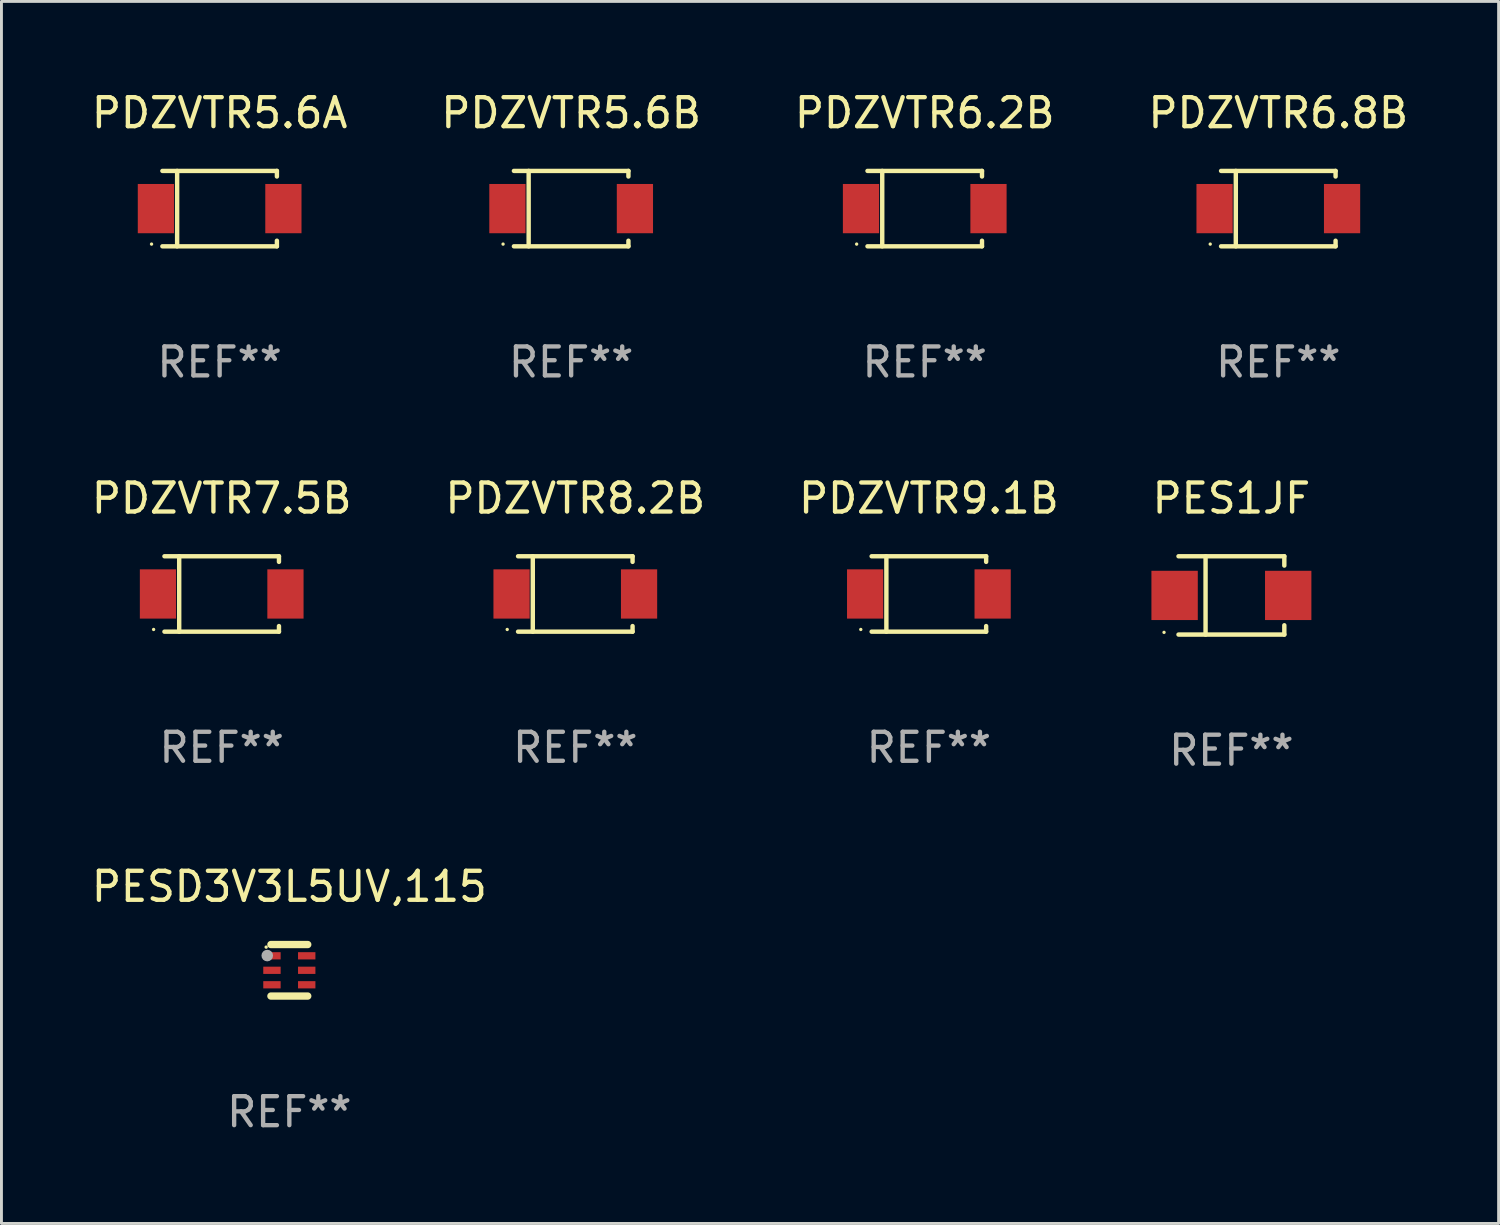
<source format=kicad_pcb>
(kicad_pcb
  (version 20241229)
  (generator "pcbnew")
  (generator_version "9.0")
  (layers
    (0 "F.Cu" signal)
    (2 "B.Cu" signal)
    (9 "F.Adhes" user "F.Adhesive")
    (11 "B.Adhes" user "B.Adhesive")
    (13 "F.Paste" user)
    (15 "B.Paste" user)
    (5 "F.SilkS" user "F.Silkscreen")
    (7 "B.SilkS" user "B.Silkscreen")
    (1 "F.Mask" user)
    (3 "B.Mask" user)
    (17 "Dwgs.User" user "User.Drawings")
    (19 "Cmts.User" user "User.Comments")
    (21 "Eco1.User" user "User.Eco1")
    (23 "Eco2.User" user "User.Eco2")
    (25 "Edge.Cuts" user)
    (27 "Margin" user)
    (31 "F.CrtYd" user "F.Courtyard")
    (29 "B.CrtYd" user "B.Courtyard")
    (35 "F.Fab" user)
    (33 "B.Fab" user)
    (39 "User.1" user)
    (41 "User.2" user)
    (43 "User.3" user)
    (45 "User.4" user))
  (footprint "PDZVTR9.1B"
    (layer "F.Cu")
    (at 29.006 17.448)
    (property "Reference" "PDZVTR9.1B" (at 0 -3.301 0) (layer "F.SilkS") (effects (font (size 1 1) (thickness 0.15))))
    (attr through_hole)
    (fp_line (start -1.976 -1.301) (end 1.976 -1.301) (stroke (width 0.152) (type solid)) (layer "F.SilkS"))
    (fp_line (start -1.976 1.301) (end 1.976 1.301) (stroke (width 0.152) (type solid)) (layer "F.SilkS"))
    (fp_line (start -1.467 -1.301) (end -1.467 1.301) (stroke (width 0.152) (type solid)) (layer "F.SilkS"))
    (fp_line (start 1.976 -1.301) (end 1.976 -1.108) (stroke (width 0.152) (type solid)) (layer "F.SilkS"))
    (fp_line (start 1.976 1.301) (end 1.976 1.108) (stroke (width 0.152) (type solid)) (layer "F.SilkS"))
    (fp_circle (center -2.35 1.225) (end -2.32 1.225) (stroke (width 0.06) (type solid)) (fill no) (layer "F.SilkS"))
    (fp_text user "REF**" (at 0 5.301 0) (layer "F.Fab") (effects (font (size 1 1) (thickness 0.15))))
    (pad "1" smd rect (at -2.2 0 180) (size 1.25 1.7) (layers "F.Cu" "F.Mask" "F.Paste"))
    (pad "2" smd rect (at 2.2 0 180) (size 1.25 1.7) (layers "F.Cu" "F.Mask" "F.Paste")))
  (footprint "PDZVTR8.2B"
    (layer "F.Cu")
    (at 16.804 17.448)
    (property "Reference" "PDZVTR8.2B" (at 0 -3.301 0) (layer "F.SilkS") (effects (font (size 1 1) (thickness 0.15))))
    (attr through_hole)
    (fp_line (start -1.976 -1.301) (end 1.976 -1.301) (stroke (width 0.152) (type solid)) (layer "F.SilkS"))
    (fp_line (start -1.976 1.301) (end 1.976 1.301) (stroke (width 0.152) (type solid)) (layer "F.SilkS"))
    (fp_line (start -1.467 -1.301) (end -1.467 1.301) (stroke (width 0.152) (type solid)) (layer "F.SilkS"))
    (fp_line (start 1.976 -1.301) (end 1.976 -1.108) (stroke (width 0.152) (type solid)) (layer "F.SilkS"))
    (fp_line (start 1.976 1.301) (end 1.976 1.108) (stroke (width 0.152) (type solid)) (layer "F.SilkS"))
    (fp_circle (center -2.35 1.225) (end -2.32 1.225) (stroke (width 0.06) (type solid)) (fill no) (layer "F.SilkS"))
    (fp_text user "REF**" (at 0 5.301 0) (layer "F.Fab") (effects (font (size 1 1) (thickness 0.15))))
    (pad "1" smd rect (at -2.2 0 180) (size 1.25 1.7) (layers "F.Cu" "F.Mask" "F.Paste"))
    (pad "2" smd rect (at 2.2 0 180) (size 1.25 1.7) (layers "F.Cu" "F.Mask" "F.Paste")))
  (footprint "PDZVTR7.5B"
    (layer "F.Cu")
    (at 4.601 17.448)
    (property "Reference" "PDZVTR7.5B" (at 0 -3.301 0) (layer "F.SilkS") (effects (font (size 1 1) (thickness 0.15))))
    (attr through_hole)
    (fp_line (start -1.976 -1.301) (end 1.976 -1.301) (stroke (width 0.152) (type solid)) (layer "F.SilkS"))
    (fp_line (start -1.976 1.301) (end 1.976 1.301) (stroke (width 0.152) (type solid)) (layer "F.SilkS"))
    (fp_line (start -1.467 -1.301) (end -1.467 1.301) (stroke (width 0.152) (type solid)) (layer "F.SilkS"))
    (fp_line (start 1.976 -1.301) (end 1.976 -1.108) (stroke (width 0.152) (type solid)) (layer "F.SilkS"))
    (fp_line (start 1.976 1.301) (end 1.976 1.108) (stroke (width 0.152) (type solid)) (layer "F.SilkS"))
    (fp_circle (center -2.35 1.225) (end -2.32 1.225) (stroke (width 0.06) (type solid)) (fill no) (layer "F.SilkS"))
    (fp_text user "REF**" (at 0 5.301 0) (layer "F.Fab") (effects (font (size 1 1) (thickness 0.15))))
    (pad "1" smd rect (at -2.2 0 180) (size 1.25 1.7) (layers "F.Cu" "F.Mask" "F.Paste"))
    (pad "2" smd rect (at 2.2 0 180) (size 1.25 1.7) (layers "F.Cu" "F.Mask" "F.Paste")))
  (footprint "PDZVTR6.2B"
    (layer "F.Cu")
    (at 28.863 4.149)
    (property "Reference" "PDZVTR6.2B" (at 0 -3.301 0) (layer "F.SilkS") (effects (font (size 1 1) (thickness 0.15))))
    (attr through_hole)
    (fp_line (start -1.976 -1.301) (end 1.976 -1.301) (stroke (width 0.152) (type solid)) (layer "F.SilkS"))
    (fp_line (start -1.976 1.301) (end 1.976 1.301) (stroke (width 0.152) (type solid)) (layer "F.SilkS"))
    (fp_line (start -1.467 -1.301) (end -1.467 1.301) (stroke (width 0.152) (type solid)) (layer "F.SilkS"))
    (fp_line (start 1.976 -1.301) (end 1.976 -1.108) (stroke (width 0.152) (type solid)) (layer "F.SilkS"))
    (fp_line (start 1.976 1.301) (end 1.976 1.108) (stroke (width 0.152) (type solid)) (layer "F.SilkS"))
    (fp_circle (center -2.35 1.225) (end -2.32 1.225) (stroke (width 0.06) (type solid)) (fill no) (layer "F.SilkS"))
    (fp_text user "REF**" (at 0 5.301 0) (layer "F.Fab") (effects (font (size 1 1) (thickness 0.15))))
    (pad "1" smd rect (at -2.2 0 180) (size 1.25 1.7) (layers "F.Cu" "F.Mask" "F.Paste"))
    (pad "2" smd rect (at 2.2 0 180) (size 1.25 1.7) (layers "F.Cu" "F.Mask" "F.Paste")))
  (footprint "PDZVTR5.6B"
    (layer "F.Cu")
    (at 16.661 4.149)
    (property "Reference" "PDZVTR5.6B" (at 0 -3.301 0) (layer "F.SilkS") (effects (font (size 1 1) (thickness 0.15))))
    (attr through_hole)
    (fp_line (start -1.976 -1.301) (end 1.976 -1.301) (stroke (width 0.152) (type solid)) (layer "F.SilkS"))
    (fp_line (start -1.976 1.301) (end 1.976 1.301) (stroke (width 0.152) (type solid)) (layer "F.SilkS"))
    (fp_line (start -1.467 -1.301) (end -1.467 1.301) (stroke (width 0.152) (type solid)) (layer "F.SilkS"))
    (fp_line (start 1.976 -1.301) (end 1.976 -1.108) (stroke (width 0.152) (type solid)) (layer "F.SilkS"))
    (fp_line (start 1.976 1.301) (end 1.976 1.108) (stroke (width 0.152) (type solid)) (layer "F.SilkS"))
    (fp_circle (center -2.35 1.225) (end -2.32 1.225) (stroke (width 0.06) (type solid)) (fill no) (layer "F.SilkS"))
    (fp_text user "REF**" (at 0 5.301 0) (layer "F.Fab") (effects (font (size 1 1) (thickness 0.15))))
    (pad "1" smd rect (at -2.2 0 180) (size 1.25 1.7) (layers "F.Cu" "F.Mask" "F.Paste"))
    (pad "2" smd rect (at 2.2 0 180) (size 1.25 1.7) (layers "F.Cu" "F.Mask" "F.Paste")))
  (footprint "PES1JF"
    (layer "F.Cu")
    (at 39.446 17.498)
    (property "Reference" "PES1JF" (at 0 -3.351 0) (layer "F.SilkS") (effects (font (size 1 1) (thickness 0.15))))
    (attr through_hole)
    (fp_line (start -1.826 -1.351) (end 1.826 -1.351) (stroke (width 0.152) (type solid)) (layer "F.SilkS"))
    (fp_line (start -1.826 1.351) (end 1.826 1.351) (stroke (width 0.152) (type solid)) (layer "F.SilkS"))
    (fp_line (start -0.892 -1.351) (end -0.892 1.351) (stroke (width 0.152) (type solid)) (layer "F.SilkS"))
    (fp_line (start 1.826 -1.351) (end 1.826 -1.03) (stroke (width 0.152) (type solid)) (layer "F.SilkS"))
    (fp_line (start 1.826 1.03) (end 1.826 1.351) (stroke (width 0.152) (type solid)) (layer "F.SilkS"))
    (fp_circle (center -2.325 1.275) (end -2.295 1.275) (stroke (width 0.06) (type solid)) (fill no) (layer "F.SilkS"))
    (fp_text user "REF**" (at 0 5.351 0) (layer "F.Fab") (effects (font (size 1 1) (thickness 0.15))))
    (pad "1" smd rect (at -1.96 0 180) (size 1.6 1.7) (layers "F.Cu" "F.Mask" "F.Paste"))
    (pad "2" smd rect (at 1.96 0 180) (size 1.6 1.7) (layers "F.Cu" "F.Mask" "F.Paste")))
  (footprint "PESD3V3L5UV,115"
    (layer "F.Cu")
    (at 6.935 30.435)
    (property "Reference" "PESD3V3L5UV,115" (at 0 -2.889 0) (layer "F.SilkS") (effects (font (size 1 1) (thickness 0.15))))
    (attr through_hole)
    (fp_line (start -0.635 -0.889) (end 0.635 -0.889) (stroke (width 0.254) (type solid)) (layer "F.SilkS"))
    (fp_line (start -0.635 0.889) (end 0.635 0.889) (stroke (width 0.254) (type solid)) (layer "F.SilkS"))
    (fp_circle (center -0.8 -0.8) (end -0.77 -0.8) (stroke (width 0.06) (type solid)) (fill no) (layer "F.SilkS"))
    (fp_circle (center -0.762 -0.508) (end -0.662 -0.508) (stroke (width 0.2) (type solid)) (fill no) (layer "F.Fab"))
    (fp_text user "REF**" (at 0 4.889 0) (layer "F.Fab") (effects (font (size 1 1) (thickness 0.15))))
    (pad "1" smd rect (at -0.6 -0.5 270) (size 0.25 0.6) (layers "F.Cu" "F.Mask" "F.Paste"))
    (pad "2" smd rect (at -0.6 -0.000127 270) (size 0.25 0.6) (layers "F.Cu" "F.Mask" "F.Paste"))
    (pad "3" smd rect (at -0.6 0.5 270) (size 0.25 0.6) (layers "F.Cu" "F.Mask" "F.Paste"))
    (pad "4" smd rect (at 0.6 0.5 270) (size 0.25 0.6) (layers "F.Cu" "F.Mask" "F.Paste"))
    (pad "5" smd rect (at 0.6 -0.000127 270) (size 0.25 0.6) (layers "F.Cu" "F.Mask" "F.Paste"))
    (pad "6" smd rect (at 0.6 -0.5 270) (size 0.25 0.6) (layers "F.Cu" "F.Mask" "F.Paste")))
  (footprint "PDZVTR6.8B"
    (layer "F.Cu")
    (at 41.065 4.149)
    (property "Reference" "PDZVTR6.8B" (at 0 -3.301 0) (layer "F.SilkS") (effects (font (size 1 1) (thickness 0.15))))
    (attr through_hole)
    (fp_line (start -1.976 -1.301) (end 1.976 -1.301) (stroke (width 0.152) (type solid)) (layer "F.SilkS"))
    (fp_line (start -1.976 1.301) (end 1.976 1.301) (stroke (width 0.152) (type solid)) (layer "F.SilkS"))
    (fp_line (start -1.467 -1.301) (end -1.467 1.301) (stroke (width 0.152) (type solid)) (layer "F.SilkS"))
    (fp_line (start 1.976 -1.301) (end 1.976 -1.108) (stroke (width 0.152) (type solid)) (layer "F.SilkS"))
    (fp_line (start 1.976 1.301) (end 1.976 1.108) (stroke (width 0.152) (type solid)) (layer "F.SilkS"))
    (fp_circle (center -2.35 1.225) (end -2.32 1.225) (stroke (width 0.06) (type solid)) (fill no) (layer "F.SilkS"))
    (fp_text user "REF**" (at 0 5.301 0) (layer "F.Fab") (effects (font (size 1 1) (thickness 0.15))))
    (pad "1" smd rect (at -2.2 0 180) (size 1.25 1.7) (layers "F.Cu" "F.Mask" "F.Paste"))
    (pad "2" smd rect (at 2.2 0 180) (size 1.25 1.7) (layers "F.Cu" "F.Mask" "F.Paste")))
  (footprint "PDZVTR5.6A"
    (layer "F.Cu")
    (at 4.53 4.149)
    (property "Reference" "PDZVTR5.6A" (at 0 -3.301 0) (layer "F.SilkS") (effects (font (size 1 1) (thickness 0.15))))
    (attr through_hole)
    (fp_line (start -1.976 -1.301) (end 1.976 -1.301) (stroke (width 0.152) (type solid)) (layer "F.SilkS"))
    (fp_line (start -1.976 1.301) (end 1.976 1.301) (stroke (width 0.152) (type solid)) (layer "F.SilkS"))
    (fp_line (start -1.467 -1.301) (end -1.467 1.301) (stroke (width 0.152) (type solid)) (layer "F.SilkS"))
    (fp_line (start 1.976 -1.301) (end 1.976 -1.108) (stroke (width 0.152) (type solid)) (layer "F.SilkS"))
    (fp_line (start 1.976 1.301) (end 1.976 1.108) (stroke (width 0.152) (type solid)) (layer "F.SilkS"))
    (fp_circle (center -2.35 1.225) (end -2.32 1.225) (stroke (width 0.06) (type solid)) (fill no) (layer "F.SilkS"))
    (fp_text user "REF**" (at 0 5.301 0) (layer "F.Fab") (effects (font (size 1 1) (thickness 0.15))))
    (pad "1" smd rect (at -2.2 0 180) (size 1.25 1.7) (layers "F.Cu" "F.Mask" "F.Paste"))
    (pad "2" smd rect (at 2.2 0 180) (size 1.25 1.7) (layers "F.Cu" "F.Mask" "F.Paste")))
  (gr_rect
    (start -3 -3)
    (end 48.667 39.172)
    (stroke (width 0.1) (type default))
    (fill no)
    (layer "Edge.Cuts")))
</source>
